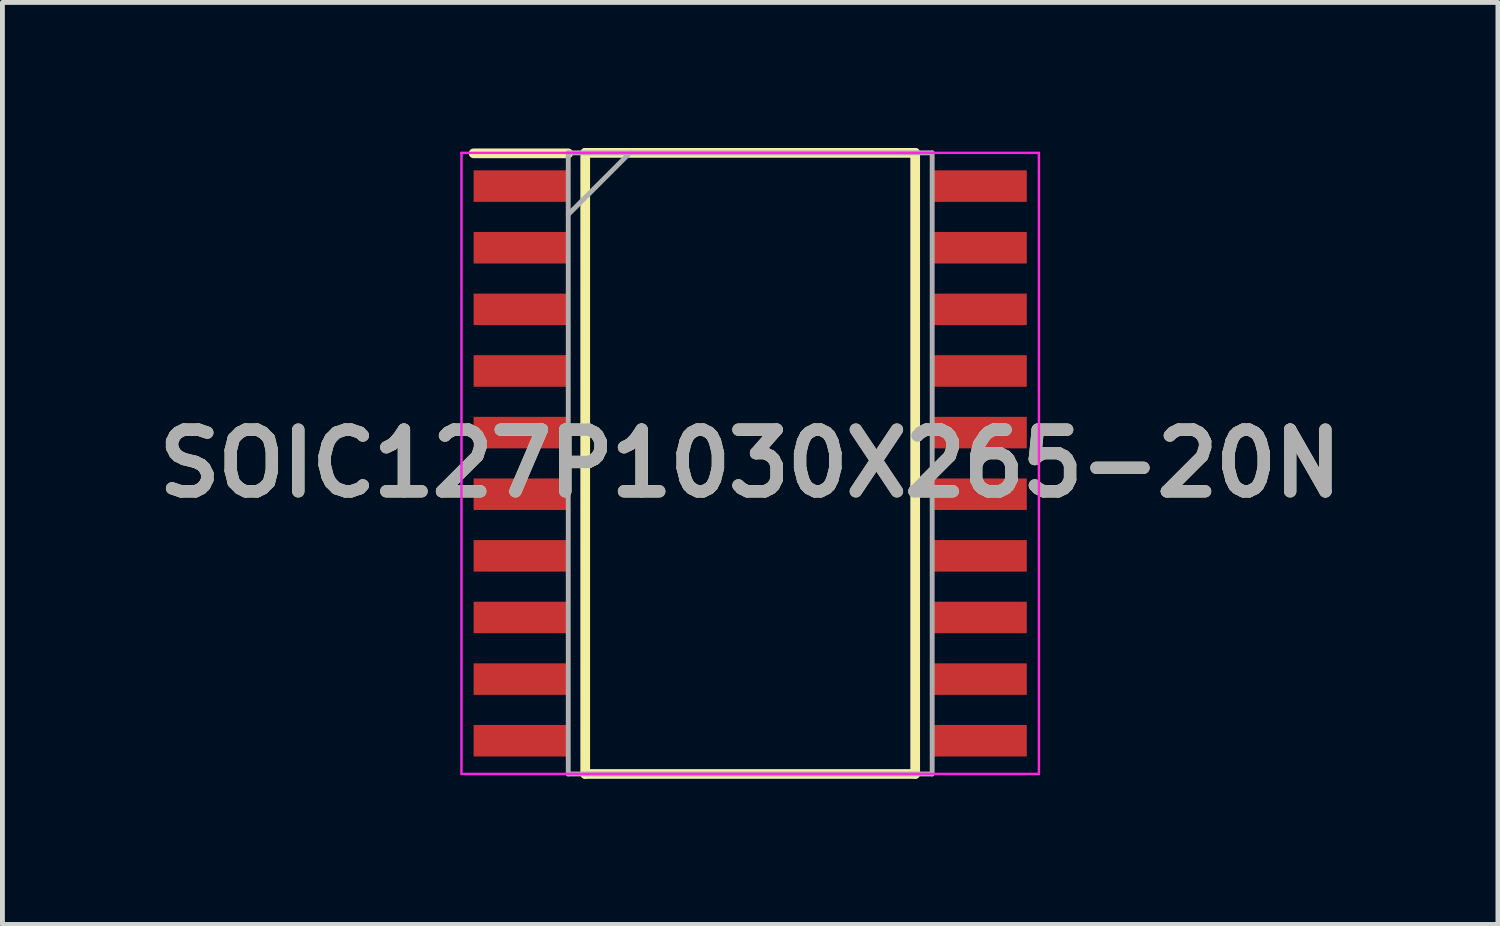
<source format=kicad_pcb>
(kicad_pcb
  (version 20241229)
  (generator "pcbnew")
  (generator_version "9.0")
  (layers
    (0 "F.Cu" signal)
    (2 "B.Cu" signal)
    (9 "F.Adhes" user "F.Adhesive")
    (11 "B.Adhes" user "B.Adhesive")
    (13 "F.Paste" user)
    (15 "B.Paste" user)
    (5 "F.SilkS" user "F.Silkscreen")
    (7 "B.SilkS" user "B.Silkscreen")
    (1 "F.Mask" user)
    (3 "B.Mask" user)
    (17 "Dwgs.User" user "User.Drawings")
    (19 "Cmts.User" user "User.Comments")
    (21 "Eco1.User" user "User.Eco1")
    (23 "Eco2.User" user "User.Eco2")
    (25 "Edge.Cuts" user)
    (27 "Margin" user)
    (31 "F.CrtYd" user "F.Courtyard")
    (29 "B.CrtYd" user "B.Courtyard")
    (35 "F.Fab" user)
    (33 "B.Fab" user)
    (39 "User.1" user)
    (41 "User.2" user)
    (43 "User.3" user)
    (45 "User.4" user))
  (footprint "SOIC127P1030X265-20N"
    (layer "F.Cu")
    (at 12.41 6.5)
    (property "Reference" "SOIC127P1030X265-20N" (at 0 0 0) (layer "F.SilkS") (effects (font (size 1.27 1.27) (thickness 0.254))))
    (attr smd)
    (fp_line (start -5.7 -6.39) (end -3.75 -6.39) (stroke (width 0.2) (type solid)) (layer "F.SilkS"))
    (fp_line (start -3.4 -6.4) (end 3.4 -6.4) (stroke (width 0.2) (type solid)) (layer "F.SilkS"))
    (fp_line (start -3.4 6.4) (end -3.4 -6.4) (stroke (width 0.2) (type solid)) (layer "F.SilkS"))
    (fp_line (start 3.4 -6.4) (end 3.4 6.4) (stroke (width 0.2) (type solid)) (layer "F.SilkS"))
    (fp_line (start 3.4 6.4) (end -3.4 6.4) (stroke (width 0.2) (type solid)) (layer "F.SilkS"))
    (fp_line (start -5.95 -6.4) (end 5.95 -6.4) (stroke (width 0.05) (type solid)) (layer "F.CrtYd"))
    (fp_line (start -5.95 6.4) (end -5.95 -6.4) (stroke (width 0.05) (type solid)) (layer "F.CrtYd"))
    (fp_line (start 5.95 -6.4) (end 5.95 6.4) (stroke (width 0.05) (type solid)) (layer "F.CrtYd"))
    (fp_line (start 5.95 6.4) (end -5.95 6.4) (stroke (width 0.05) (type solid)) (layer "F.CrtYd"))
    (fp_line (start -3.75 -6.4) (end 3.75 -6.4) (stroke (width 0.1) (type solid)) (layer "F.Fab"))
    (fp_line (start -3.75 -5.13) (end -2.48 -6.4) (stroke (width 0.1) (type solid)) (layer "F.Fab"))
    (fp_line (start -3.75 6.4) (end -3.75 -6.4) (stroke (width 0.1) (type solid)) (layer "F.Fab"))
    (fp_line (start 3.75 -6.4) (end 3.75 6.4) (stroke (width 0.1) (type solid)) (layer "F.Fab"))
    (fp_line (start 3.75 6.4) (end -3.75 6.4) (stroke (width 0.1) (type solid)) (layer "F.Fab"))
    (fp_text user "${REFERENCE}" (at 0 0 0) (layer "F.Fab") (effects (font (size 1.27 1.27) (thickness 0.254))))
    (pad "1" smd rect (at -4.725 -5.715 90) (size 0.65 1.95) (layers "F.Cu" "F.Mask" "F.Paste"))
    (pad "2" smd rect (at -4.725 -4.445 90) (size 0.65 1.95) (layers "F.Cu" "F.Mask" "F.Paste"))
    (pad "3" smd rect (at -4.725 -3.175 90) (size 0.65 1.95) (layers "F.Cu" "F.Mask" "F.Paste"))
    (pad "4" smd rect (at -4.725 -1.905 90) (size 0.65 1.95) (layers "F.Cu" "F.Mask" "F.Paste"))
    (pad "5" smd rect (at -4.725 -0.635 90) (size 0.65 1.95) (layers "F.Cu" "F.Mask" "F.Paste"))
    (pad "6" smd rect (at -4.725 0.635 90) (size 0.65 1.95) (layers "F.Cu" "F.Mask" "F.Paste"))
    (pad "7" smd rect (at -4.725 1.905 90) (size 0.65 1.95) (layers "F.Cu" "F.Mask" "F.Paste"))
    (pad "8" smd rect (at -4.725 3.175 90) (size 0.65 1.95) (layers "F.Cu" "F.Mask" "F.Paste"))
    (pad "9" smd rect (at -4.725 4.445 90) (size 0.65 1.95) (layers "F.Cu" "F.Mask" "F.Paste"))
    (pad "10" smd rect (at -4.725 5.715 90) (size 0.65 1.95) (layers "F.Cu" "F.Mask" "F.Paste"))
    (pad "11" smd rect (at 4.725 5.715 90) (size 0.65 1.95) (layers "F.Cu" "F.Mask" "F.Paste"))
    (pad "12" smd rect (at 4.725 4.445 90) (size 0.65 1.95) (layers "F.Cu" "F.Mask" "F.Paste"))
    (pad "13" smd rect (at 4.725 3.175 90) (size 0.65 1.95) (layers "F.Cu" "F.Mask" "F.Paste"))
    (pad "14" smd rect (at 4.725 1.905 90) (size 0.65 1.95) (layers "F.Cu" "F.Mask" "F.Paste"))
    (pad "15" smd rect (at 4.725 0.635 90) (size 0.65 1.95) (layers "F.Cu" "F.Mask" "F.Paste"))
    (pad "16" smd rect (at 4.725 -0.635 90) (size 0.65 1.95) (layers "F.Cu" "F.Mask" "F.Paste"))
    (pad "17" smd rect (at 4.725 -1.905 90) (size 0.65 1.95) (layers "F.Cu" "F.Mask" "F.Paste"))
    (pad "18" smd rect (at 4.725 -3.175 90) (size 0.65 1.95) (layers "F.Cu" "F.Mask" "F.Paste"))
    (pad "19" smd rect (at 4.725 -4.445 90) (size 0.65 1.95) (layers "F.Cu" "F.Mask" "F.Paste"))
    (pad "20" smd rect (at 4.725 -5.715 90) (size 0.65 1.95) (layers "F.Cu" "F.Mask" "F.Paste")))
  (gr_rect
    (start -3 -3)
    (end 27.819 16)
    (stroke (width 0.1) (type default))
    (fill no)
    (layer "Edge.Cuts")))
</source>
